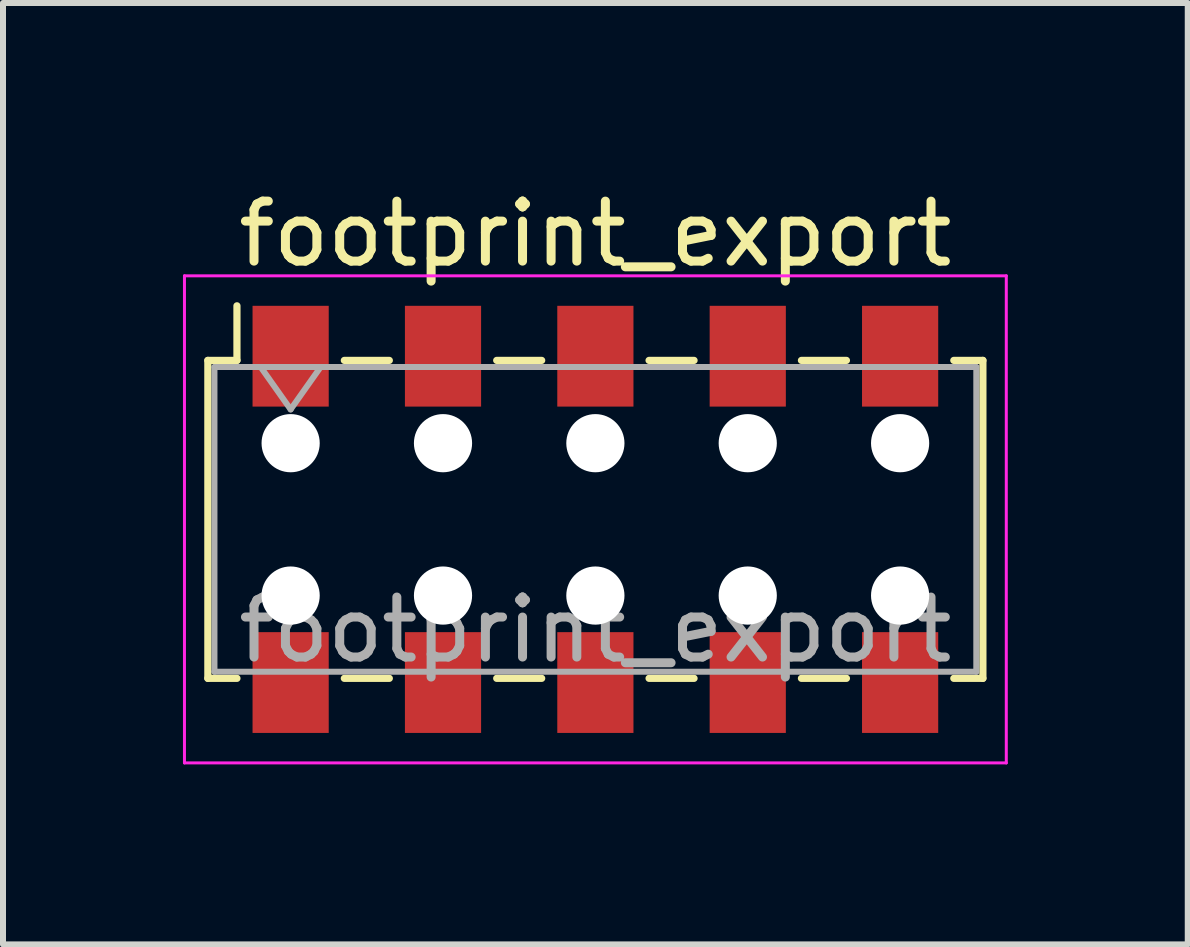
<source format=kicad_pcb>
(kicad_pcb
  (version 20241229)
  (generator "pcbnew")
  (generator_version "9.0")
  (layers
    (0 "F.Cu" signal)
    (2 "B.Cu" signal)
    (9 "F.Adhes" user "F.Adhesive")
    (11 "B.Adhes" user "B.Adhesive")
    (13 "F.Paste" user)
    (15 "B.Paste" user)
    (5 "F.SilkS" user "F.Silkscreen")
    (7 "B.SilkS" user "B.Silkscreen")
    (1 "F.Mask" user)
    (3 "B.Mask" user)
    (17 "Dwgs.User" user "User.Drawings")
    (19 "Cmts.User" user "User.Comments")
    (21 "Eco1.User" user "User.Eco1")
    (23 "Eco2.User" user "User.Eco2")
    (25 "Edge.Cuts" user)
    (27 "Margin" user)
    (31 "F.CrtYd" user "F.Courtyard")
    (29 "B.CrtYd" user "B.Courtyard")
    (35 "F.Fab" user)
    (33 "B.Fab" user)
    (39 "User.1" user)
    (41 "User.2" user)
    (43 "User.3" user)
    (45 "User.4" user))
  (footprint "footprint_export"
    (layer "F.Cu")
    (at 6.875 5.608)
    (property "Reference" "footprint_export" (at 0 -4.76 0) (layer "F.SilkS") (effects (font (size 1 1) (thickness 0.15))))
    (attr smd)
    (fp_line (start -6.46 -2.65) (end -6.46 2.65) (stroke (width 0.12) (type solid)) (layer "F.SilkS"))
    (fp_line (start -6.46 2.65) (end -5.975 2.65) (stroke (width 0.12) (type solid)) (layer "F.SilkS"))
    (fp_line (start -5.975 -3.56) (end -5.975 -2.65) (stroke (width 0.12) (type solid)) (layer "F.SilkS"))
    (fp_line (start -5.975 -2.65) (end -6.46 -2.65) (stroke (width 0.12) (type solid)) (layer "F.SilkS"))
    (fp_line (start -4.185 -2.65) (end -3.435 -2.65) (stroke (width 0.12) (type solid)) (layer "F.SilkS"))
    (fp_line (start -4.185 2.65) (end -3.435 2.65) (stroke (width 0.12) (type solid)) (layer "F.SilkS"))
    (fp_line (start -1.645 -2.65) (end -0.895 -2.65) (stroke (width 0.12) (type solid)) (layer "F.SilkS"))
    (fp_line (start -1.645 2.65) (end -0.895 2.65) (stroke (width 0.12) (type solid)) (layer "F.SilkS"))
    (fp_line (start 0.895 -2.65) (end 1.645 -2.65) (stroke (width 0.12) (type solid)) (layer "F.SilkS"))
    (fp_line (start 0.895 2.65) (end 1.645 2.65) (stroke (width 0.12) (type solid)) (layer "F.SilkS"))
    (fp_line (start 3.435 -2.65) (end 4.185 -2.65) (stroke (width 0.12) (type solid)) (layer "F.SilkS"))
    (fp_line (start 3.435 2.65) (end 4.185 2.65) (stroke (width 0.12) (type solid)) (layer "F.SilkS"))
    (fp_line (start 5.975 -2.65) (end 6.46 -2.65) (stroke (width 0.12) (type solid)) (layer "F.SilkS"))
    (fp_line (start 6.46 -2.65) (end 6.46 2.65) (stroke (width 0.12) (type solid)) (layer "F.SilkS"))
    (fp_line (start 6.46 2.65) (end 5.975 2.65) (stroke (width 0.12) (type solid)) (layer "F.SilkS"))
    (fp_line (start -6.85 -4.06) (end 6.85 -4.06) (stroke (width 0.05) (type solid)) (layer "F.CrtYd"))
    (fp_line (start -6.85 4.06) (end -6.85 -4.06) (stroke (width 0.05) (type solid)) (layer "F.CrtYd"))
    (fp_line (start 6.85 -4.06) (end 6.85 4.06) (stroke (width 0.05) (type solid)) (layer "F.CrtYd"))
    (fp_line (start 6.85 4.06) (end -6.85 4.06) (stroke (width 0.05) (type solid)) (layer "F.CrtYd"))
    (fp_line (start -6.35 -2.54) (end 6.35 -2.54) (stroke (width 0.1) (type solid)) (layer "F.Fab"))
    (fp_line (start -6.35 2.54) (end -6.35 -2.54) (stroke (width 0.1) (type solid)) (layer "F.Fab"))
    (fp_line (start -5.58 -2.54) (end -5.08 -1.833) (stroke (width 0.1) (type solid)) (layer "F.Fab"))
    (fp_line (start -5.08 -1.833) (end -4.58 -2.54) (stroke (width 0.1) (type solid)) (layer "F.Fab"))
    (fp_line (start 6.35 -2.54) (end 6.35 2.54) (stroke (width 0.1) (type solid)) (layer "F.Fab"))
    (fp_line (start 6.35 2.54) (end -6.35 2.54) (stroke (width 0.1) (type solid)) (layer "F.Fab"))
    (fp_text user "${REFERENCE}" (at 0 1.84 0) (layer "F.Fab") (effects (font (size 1 1) (thickness 0.15))))
    (pad "" np_thru_hole circle (at -5.08 -1.27) (size 0.97 0.97) (drill 0.97) (layers "*.Cu" "*.Mask"))
    (pad "" np_thru_hole circle (at -5.08 1.27) (size 0.97 0.97) (drill 0.97) (layers "*.Cu" "*.Mask"))
    (pad "" np_thru_hole circle (at -2.54 -1.27) (size 0.97 0.97) (drill 0.97) (layers "*.Cu" "*.Mask"))
    (pad "" np_thru_hole circle (at -2.54 1.27) (size 0.97 0.97) (drill 0.97) (layers "*.Cu" "*.Mask"))
    (pad "" np_thru_hole circle (at 0 -1.27) (size 0.97 0.97) (drill 0.97) (layers "*.Cu" "*.Mask"))
    (pad "" np_thru_hole circle (at 0 1.27) (size 0.97 0.97) (drill 0.97) (layers "*.Cu" "*.Mask"))
    (pad "" np_thru_hole circle (at 2.54 -1.27) (size 0.97 0.97) (drill 0.97) (layers "*.Cu" "*.Mask"))
    (pad "" np_thru_hole circle (at 2.54 1.27) (size 0.97 0.97) (drill 0.97) (layers "*.Cu" "*.Mask"))
    (pad "" np_thru_hole circle (at 5.08 -1.27) (size 0.97 0.97) (drill 0.97) (layers "*.Cu" "*.Mask"))
    (pad "" np_thru_hole circle (at 5.08 1.27) (size 0.97 0.97) (drill 0.97) (layers "*.Cu" "*.Mask"))
    (pad "1" smd rect (at -5.08 -2.72) (size 1.27 1.68) (layers "F.Cu" "F.Mask" "F.Paste"))
    (pad "2" smd rect (at -5.08 2.72) (size 1.27 1.68) (layers "F.Cu" "F.Mask" "F.Paste"))
    (pad "3" smd rect (at -2.54 -2.72) (size 1.27 1.68) (layers "F.Cu" "F.Mask" "F.Paste"))
    (pad "4" smd rect (at -2.54 2.72) (size 1.27 1.68) (layers "F.Cu" "F.Mask" "F.Paste"))
    (pad "5" smd rect (at 0 -2.72) (size 1.27 1.68) (layers "F.Cu" "F.Mask" "F.Paste"))
    (pad "6" smd rect (at 0 2.72) (size 1.27 1.68) (layers "F.Cu" "F.Mask" "F.Paste"))
    (pad "7" smd rect (at 2.54 -2.72) (size 1.27 1.68) (layers "F.Cu" "F.Mask" "F.Paste"))
    (pad "8" smd rect (at 2.54 2.72) (size 1.27 1.68) (layers "F.Cu" "F.Mask" "F.Paste"))
    (pad "9" smd rect (at 5.08 -2.72) (size 1.27 1.68) (layers "F.Cu" "F.Mask" "F.Paste"))
    (pad "10" smd rect (at 5.08 2.72) (size 1.27 1.68) (layers "F.Cu" "F.Mask" "F.Paste")))
  (gr_rect
    (start -3 -3)
    (end 16.75 12.693)
    (stroke (width 0.1) (type default))
    (fill no)
    (layer "Edge.Cuts")))
</source>
